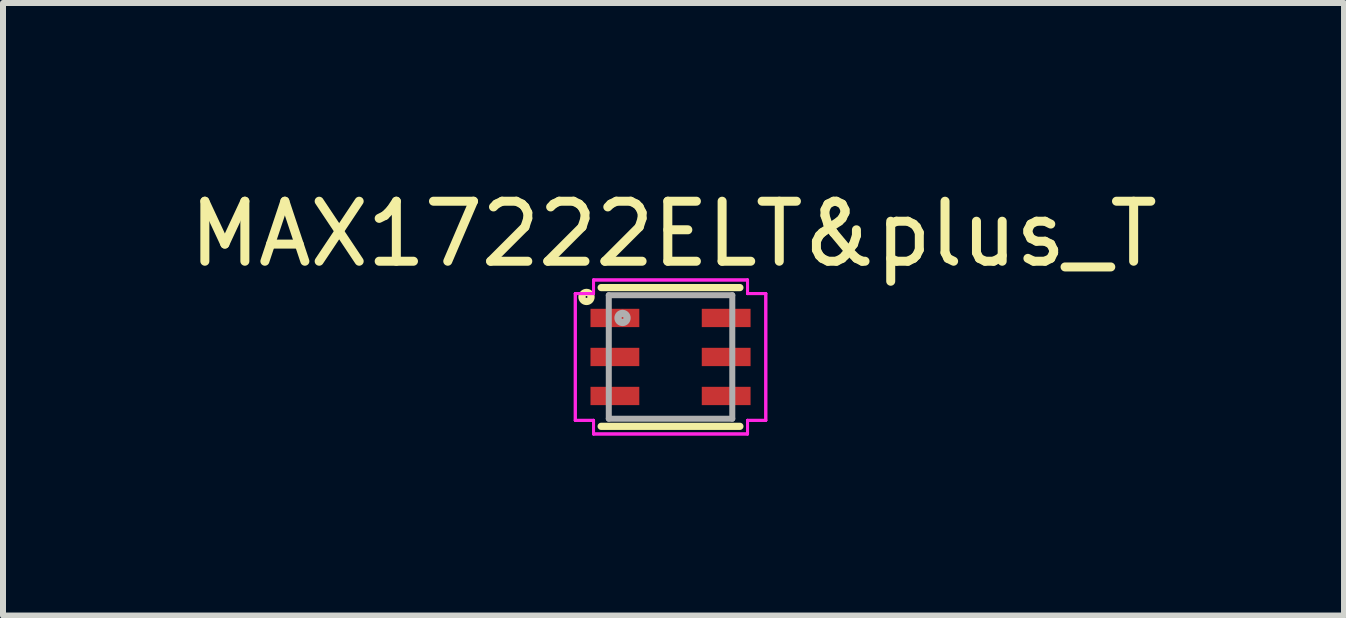
<source format=kicad_pcb>
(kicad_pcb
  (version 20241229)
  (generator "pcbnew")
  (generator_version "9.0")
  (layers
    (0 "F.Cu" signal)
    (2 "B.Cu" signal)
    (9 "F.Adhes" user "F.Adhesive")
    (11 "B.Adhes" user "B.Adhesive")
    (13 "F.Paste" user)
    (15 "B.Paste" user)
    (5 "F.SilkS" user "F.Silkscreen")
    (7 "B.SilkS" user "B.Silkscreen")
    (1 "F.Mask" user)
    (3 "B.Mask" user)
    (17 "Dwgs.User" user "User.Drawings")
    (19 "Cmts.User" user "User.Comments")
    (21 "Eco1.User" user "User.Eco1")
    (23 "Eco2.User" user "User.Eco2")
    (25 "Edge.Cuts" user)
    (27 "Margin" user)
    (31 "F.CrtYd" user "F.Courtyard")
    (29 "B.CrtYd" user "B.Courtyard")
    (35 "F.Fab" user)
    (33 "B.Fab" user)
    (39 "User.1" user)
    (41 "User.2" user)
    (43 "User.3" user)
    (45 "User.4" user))
  (footprint "MAX17222ELT&plus_T"
    (layer "F.Cu")
    (at 8.123 2.898)
    (property "Reference" "MAX17222ELT&plus_T" (at 0.05 -2.05 0) (layer "F.SilkS") (effects (font (size 1 1) (thickness 0.15))))
    (attr through_hole)
    (fp_line (start -1.156 1.156) (end 1.156 1.156) (stroke (width 0.12) (type solid)) (layer "F.SilkS"))
    (fp_line (start 1.156 -1.156) (end -1.156 -1.156) (stroke (width 0.12) (type solid)) (layer "F.SilkS"))
    (fp_circle (center -1.4 -1) (end -1.324 -1) (stroke (width 0.12) (type solid)) (fill no) (layer "F.SilkS"))
    (fp_line (start -1.587 -1.056) (end -1.283 -1.056) (stroke (width 0.05) (type solid)) (layer "F.CrtYd"))
    (fp_line (start -1.587 -1.056) (end -1.283 -1.056) (stroke (width 0.05) (type solid)) (layer "F.CrtYd"))
    (fp_line (start -1.587 1.056) (end -1.587 -1.056) (stroke (width 0.05) (type solid)) (layer "F.CrtYd"))
    (fp_line (start -1.587 1.056) (end -1.587 -1.056) (stroke (width 0.05) (type solid)) (layer "F.CrtYd"))
    (fp_line (start -1.587 1.056) (end -1.283 1.056) (stroke (width 0.05) (type solid)) (layer "F.CrtYd"))
    (fp_line (start -1.283 -1.283) (end 1.283 -1.283) (stroke (width 0.05) (type solid)) (layer "F.CrtYd"))
    (fp_line (start -1.283 -1.283) (end 1.283 -1.283) (stroke (width 0.05) (type solid)) (layer "F.CrtYd"))
    (fp_line (start -1.283 -1.056) (end -1.283 -1.283) (stroke (width 0.05) (type solid)) (layer "F.CrtYd"))
    (fp_line (start -1.283 -1.056) (end -1.283 -1.283) (stroke (width 0.05) (type solid)) (layer "F.CrtYd"))
    (fp_line (start -1.283 1.056) (end -1.587 1.056) (stroke (width 0.05) (type solid)) (layer "F.CrtYd"))
    (fp_line (start -1.283 1.283) (end -1.283 1.056) (stroke (width 0.05) (type solid)) (layer "F.CrtYd"))
    (fp_line (start -1.283 1.283) (end -1.283 1.056) (stroke (width 0.05) (type solid)) (layer "F.CrtYd"))
    (fp_line (start 1.283 -1.283) (end 1.283 -1.056) (stroke (width 0.05) (type solid)) (layer "F.CrtYd"))
    (fp_line (start 1.283 -1.283) (end 1.283 -1.056) (stroke (width 0.05) (type solid)) (layer "F.CrtYd"))
    (fp_line (start 1.283 -1.056) (end 1.587 -1.056) (stroke (width 0.05) (type solid)) (layer "F.CrtYd"))
    (fp_line (start 1.283 1.056) (end 1.283 1.283) (stroke (width 0.05) (type solid)) (layer "F.CrtYd"))
    (fp_line (start 1.283 1.056) (end 1.283 1.283) (stroke (width 0.05) (type solid)) (layer "F.CrtYd"))
    (fp_line (start 1.283 1.283) (end -1.283 1.283) (stroke (width 0.05) (type solid)) (layer "F.CrtYd"))
    (fp_line (start 1.283 1.283) (end -1.283 1.283) (stroke (width 0.05) (type solid)) (layer "F.CrtYd"))
    (fp_line (start 1.587 -1.056) (end 1.283 -1.056) (stroke (width 0.05) (type solid)) (layer "F.CrtYd"))
    (fp_line (start 1.587 -1.056) (end 1.587 1.056) (stroke (width 0.05) (type solid)) (layer "F.CrtYd"))
    (fp_line (start 1.587 -1.056) (end 1.587 1.056) (stroke (width 0.05) (type solid)) (layer "F.CrtYd"))
    (fp_line (start 1.587 1.056) (end 1.283 1.056) (stroke (width 0.05) (type solid)) (layer "F.CrtYd"))
    (fp_line (start 1.587 1.056) (end 1.283 1.056) (stroke (width 0.05) (type solid)) (layer "F.CrtYd"))
    (fp_line (start -1.029 -1.029) (end -1.029 1.029) (stroke (width 0.1) (type solid)) (layer "F.Fab"))
    (fp_line (start -1.029 1.029) (end 1.029 1.029) (stroke (width 0.1) (type solid)) (layer "F.Fab"))
    (fp_line (start 1.029 -1.029) (end -1.029 -1.029) (stroke (width 0.1) (type solid)) (layer "F.Fab"))
    (fp_line (start 1.029 1.029) (end 1.029 -1.029) (stroke (width 0.1) (type solid)) (layer "F.Fab"))
    (fp_circle (center -0.8 -0.65) (end -0.724 -0.65) (stroke (width 0.12) (type solid)) (fill no) (layer "F.Fab"))
    (pad "1" smd rect (at -0.927 -0.65) (size 0.813 0.305) (layers "F.Cu" "F.Mask" "F.Paste"))
    (pad "2" smd rect (at -0.927 0) (size 0.813 0.305) (layers "F.Cu" "F.Mask" "F.Paste"))
    (pad "3" smd rect (at -0.927 0.65) (size 0.813 0.305) (layers "F.Cu" "F.Mask" "F.Paste"))
    (pad "4" smd rect (at 0.927 0.65) (size 0.813 0.305) (layers "F.Cu" "F.Mask" "F.Paste"))
    (pad "5" smd rect (at 0.927 0) (size 0.813 0.305) (layers "F.Cu" "F.Mask" "F.Paste"))
    (pad "6" smd rect (at 0.927 -0.65) (size 0.813 0.305) (layers "F.Cu" "F.Mask" "F.Paste")))
  (gr_rect
    (start -3 -3)
    (end 19.345 7.206)
    (stroke (width 0.1) (type default))
    (fill no)
    (layer "Edge.Cuts")))
</source>
